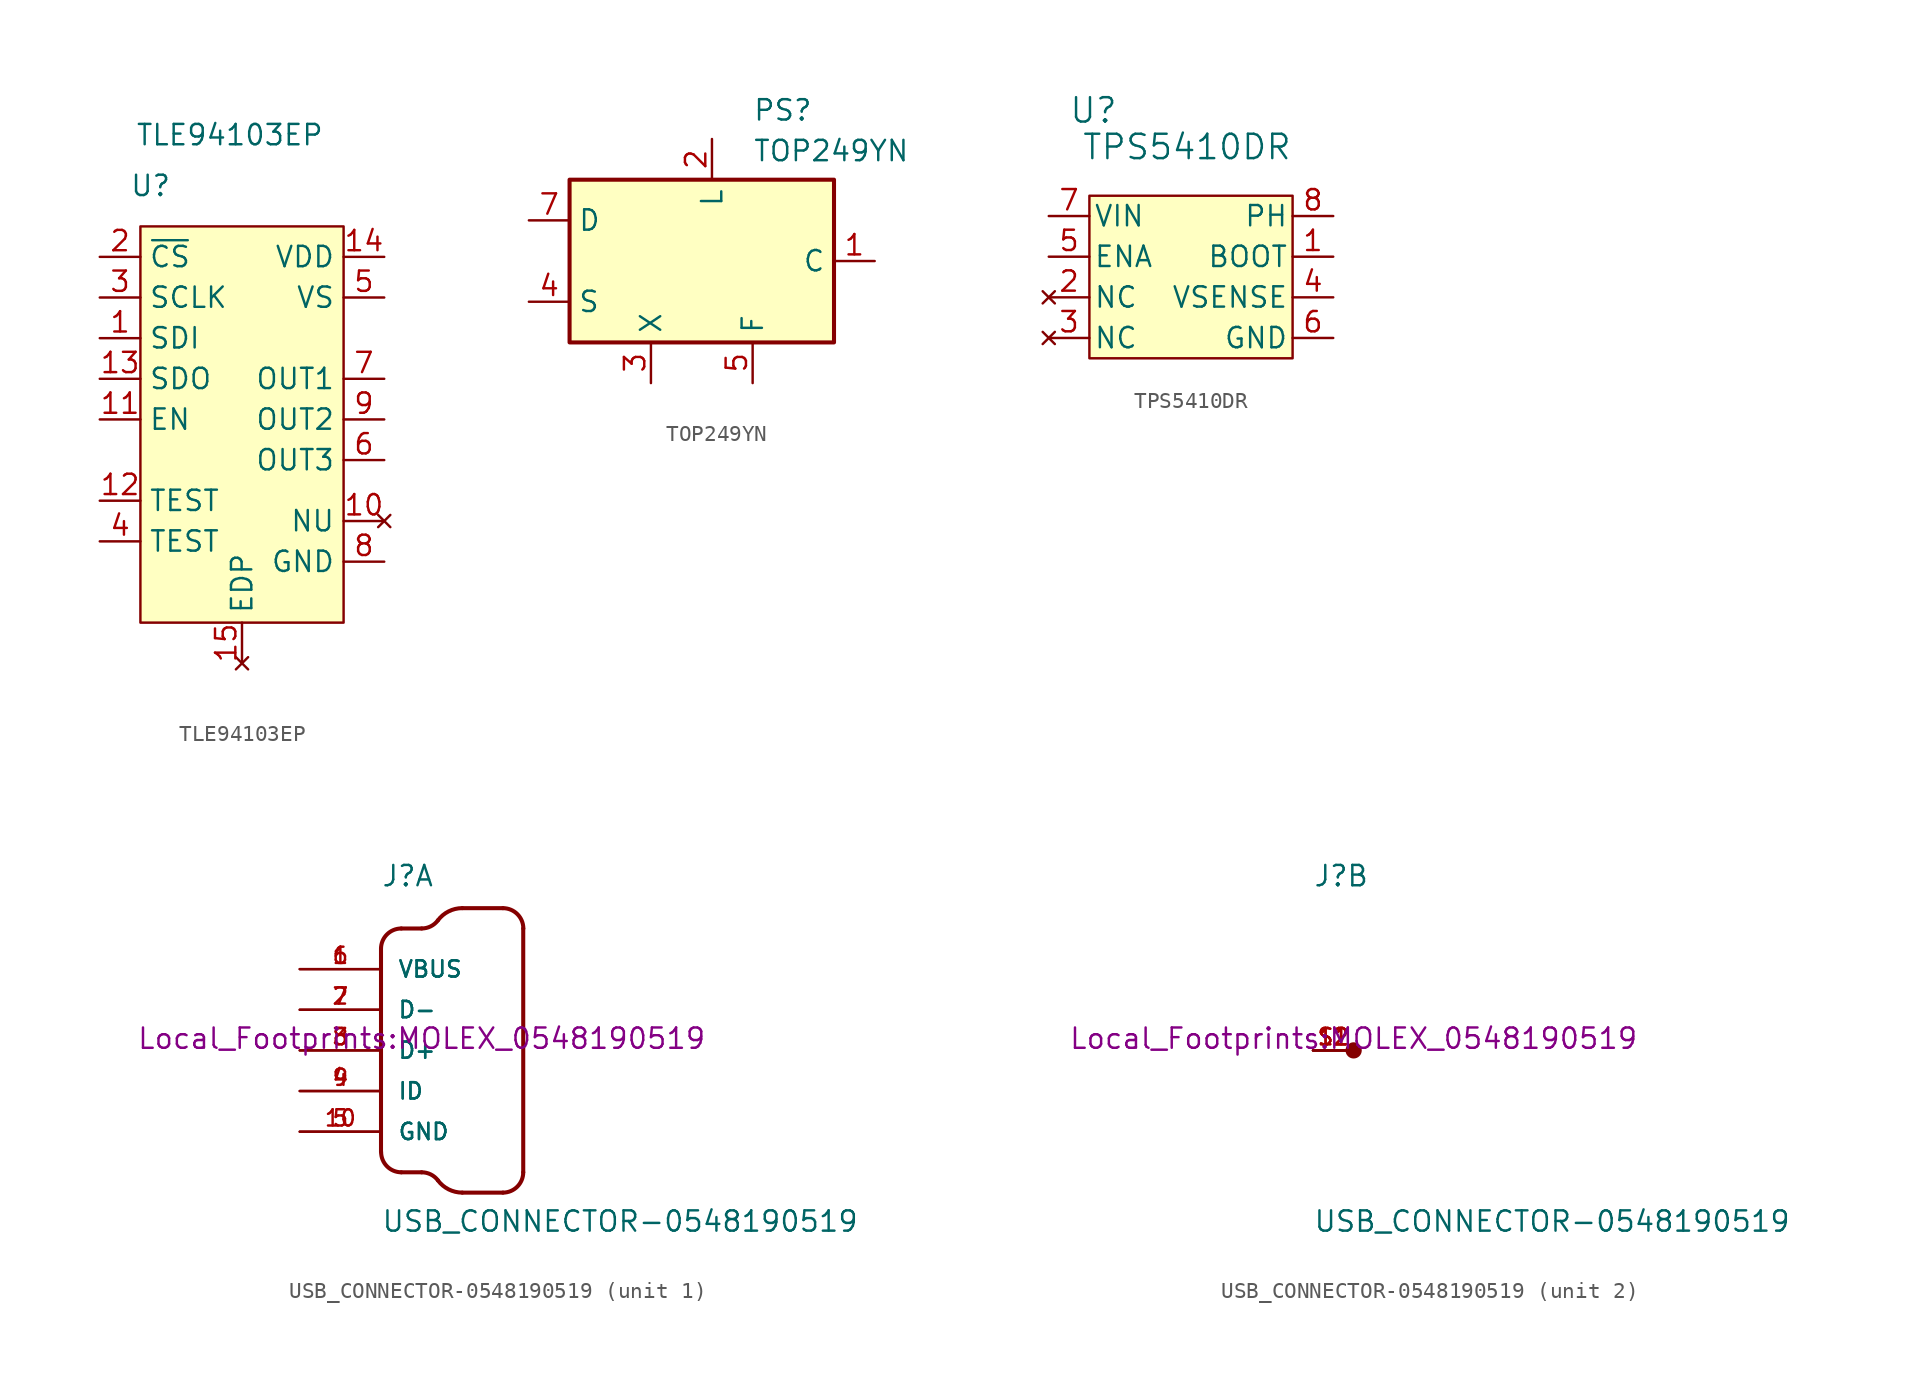
<source format=kicad_sym>
(kicad_symbol_lib
  (version 20241209)
  (generator "kicad_symbol_editor")
  (generator_version "9.0")
  (symbol "TLE94103EP"
    (property "Reference" "U"
      (at -5.715 14.605 0)
      (effects (font (size 1.27 1.27))))
    (property "Value" "TLE94103EP"
      (at -0.762 17.78 0)
      (effects (font (size 1.27 1.27))))
    (symbol "TLE94103EP_1_1"
      (rectangle (start -6.35 12.065) (end 6.35 -12.7) (stroke (width 0) (type default)) (fill (type background)))
      (pin input line (at -8.89 10.16 0) (length 2.54) (name "~{CS}" (effects (font (size 1.27 1.27)))) (number "2" (effects (font (size 1.27 1.27)))))
      (pin input line (at -8.89 7.62 0) (length 2.54) (name "SCLK" (effects (font (size 1.27 1.27)))) (number "3" (effects (font (size 1.27 1.27)))))
      (pin input line (at -8.89 5.08 0) (length 2.54) (name "SDI" (effects (font (size 1.27 1.27)))) (number "1" (effects (font (size 1.27 1.27)))))
      (pin input line (at -8.89 2.54 0) (length 2.54) (name "SDO" (effects (font (size 1.27 1.27)))) (number "13" (effects (font (size 1.27 1.27)))))
      (pin input line (at -8.89 0 0) (length 2.54) (name "EN" (effects (font (size 1.27 1.27)))) (number "11" (effects (font (size 1.27 1.27)))))
      (pin input line (at -8.89 -5.08 0) (length 2.54) (name "TEST" (effects (font (size 1.27 1.27)))) (number "12" (effects (font (size 1.27 1.27)))))
      (pin input line (at -8.89 -7.62 0) (length 2.54) (name "TEST" (effects (font (size 1.27 1.27)))) (number "4" (effects (font (size 1.27 1.27)))))
      (pin no_connect line (at 0 -15.24 90) (length 2.54) (name "EDP" (effects (font (size 1.27 1.27)))) (number "15" (effects (font (size 1.27 1.27)))))
      (pin power_in line (at 8.89 10.16 180) (length 2.54) (name "VDD" (effects (font (size 1.27 1.27)))) (number "14" (effects (font (size 1.27 1.27)))))
      (pin power_in line (at 8.89 7.62 180) (length 2.54) (name "VS" (effects (font (size 1.27 1.27)))) (number "5" (effects (font (size 1.27 1.27)))))
      (pin output line (at 8.89 2.54 180) (length 2.54) (name "OUT1" (effects (font (size 1.27 1.27)))) (number "7" (effects (font (size 1.27 1.27)))))
      (pin output line (at 8.89 0 180) (length 2.54) (name "OUT2" (effects (font (size 1.27 1.27)))) (number "9" (effects (font (size 1.27 1.27)))))
      (pin output line (at 8.89 -2.54 180) (length 2.54) (name "OUT3" (effects (font (size 1.27 1.27)))) (number "6" (effects (font (size 1.27 1.27)))))
      (pin no_connect line (at 8.89 -6.35 180) (length 2.54) (name "NU" (effects (font (size 1.27 1.27)))) (number "10" (effects (font (size 1.27 1.27)))))
      (pin power_in line (at 8.89 -8.89 180) (length 2.54) (name "GND" (effects (font (size 1.27 1.27)))) (number "8" (effects (font (size 1.27 1.27)))))))
  (symbol "TOP249YN"
    (property "Reference" "PS"
      (at 2.54 10.16 0)
      (effects (font (size 1.27 1.27)) (justify left top)))
    (property "Value" "TOP249YN"
      (at 2.54 7.62 0)
      (effects (font (size 1.27 1.27)) (justify left top)))
    (symbol "TOP249YN_1_1"
      (rectangle (start -8.89 5.08) (end 7.62 -5.08) (stroke (width 0.254) (type default)) (fill (type background)))
      (pin passive line (at -11.43 2.54 0) (length 2.54) (name "D" (effects (font (size 1.27 1.27)))) (number "7" (effects (font (size 1.27 1.27)))))
      (pin passive line (at -11.43 -2.54 0) (length 2.54) (name "S" (effects (font (size 1.27 1.27)))) (number "4" (effects (font (size 1.27 1.27)))))
      (pin passive line (at -3.81 -7.62 90) (length 2.54) (name "X" (effects (font (size 1.27 1.27)))) (number "3" (effects (font (size 1.27 1.27)))))
      (pin passive line (at 0 7.62 270) (length 2.54) (name "L" (effects (font (size 1.27 1.27)))) (number "2" (effects (font (size 1.27 1.27)))))
      (pin passive line (at 2.54 -7.62 90) (length 2.54) (name "F" (effects (font (size 1.27 1.27)))) (number "5" (effects (font (size 1.27 1.27)))))
      (pin passive line (at 10.16 0 180) (length 2.54) (name "C" (effects (font (size 1.27 1.27)))) (number "1" (effects (font (size 1.27 1.27)))))))
  (symbol "TPS5410DR"
    (pin_names
      (offset 0.254))
    (property "Reference" "U"
      (at -6.096 10.414 0)
      (effects (font (size 1.524 1.524))))
    (property "Value" "TPS5410DR"
      (at -0.254 8.128 0)
      (effects (font (size 1.524 1.524))))
    (symbol "TPS5410DR_1_1"
      (rectangle (start -6.35 5.08) (end 6.35 -5.08) (stroke (width 0) (type default)) (fill (type background)))
      (pin power_in line (at -8.89 3.81 0) (length 2.54) (name "VIN" (effects (font (size 1.27 1.27)))) (number "7" (effects (font (size 1.27 1.27)))))
      (pin passive line (at -8.89 1.27 0) (length 2.54) (name "ENA" (effects (font (size 1.27 1.27)))) (number "5" (effects (font (size 1.27 1.27)))))
      (pin no_connect line (at -8.89 -1.27 0) (length 2.54) (name "NC" (effects (font (size 1.27 1.27)))) (number "2" (effects (font (size 1.27 1.27)))))
      (pin no_connect line (at -8.89 -3.81 0) (length 2.54) (name "NC" (effects (font (size 1.27 1.27)))) (number "3" (effects (font (size 1.27 1.27)))))
      (pin passive line (at 8.89 3.81 180) (length 2.54) (name "PH" (effects (font (size 1.27 1.27)))) (number "8" (effects (font (size 1.27 1.27)))))
      (pin passive line (at 8.89 1.27 180) (length 2.54) (name "BOOT" (effects (font (size 1.27 1.27)))) (number "1" (effects (font (size 1.27 1.27)))))
      (pin input line (at 8.89 -1.27 180) (length 2.54) (name "VSENSE" (effects (font (size 1.27 1.27)))) (number "4" (effects (font (size 1.27 1.27)))))
      (pin power_in line (at 8.89 -3.81 180) (length 2.54) (name "GND" (effects (font (size 1.27 1.27)))) (number "6" (effects (font (size 1.27 1.27)))))))
  (symbol "USB_CONNECTOR-0548190519"
    (pin_names
      (offset 1.016))
    (property "Reference" "J"
      (at -2.54 10.16 0)
      (effects (font (size 1.27 1.27)) (justify left bottom)))
    (property "Value" "USB_CONNECTOR-0548190519"
      (at -2.54 -11.43 0)
      (effects (font (size 1.27 1.27)) (justify left bottom)))
    (property "Footprint" "Local_Footprints:MOLEX_0548190519"
      (at 0 0 0)
      (effects (font (size 1.27 1.27)) (justify bottom)))
    (symbol "USB_CONNECTOR-0548190519_1_0"
      (polyline (pts (xy -2.54 6.35) (xy -2.54 -6.35)) (stroke (width 0.254) (type default)) (fill (type none)))
      (polyline (pts (xy -1.27 7.62) (xy 0 7.62)) (stroke (width 0.254) (type default)) (fill (type none)))
      (polyline (pts (xy -1.27 -7.62) (xy 0 -7.62)) (stroke (width 0.254) (type default)) (fill (type none)))
      (arc (start -2.54 6.35) (mid -2.168 7.248) (end -1.27 7.62) (stroke (width 0.254) (type default)) (fill (type none)))
      (arc (start -1.27 -7.62) (mid -2.168 -7.248) (end -2.54 -6.35) (stroke (width 0.254) (type default)) (fill (type none)))
      (arc (start 0 -7.62) (mid 0.568 -7.754) (end 1.016 -8.128) (stroke (width 0.254) (type default)) (fill (type none)))
      (arc (start 1.016 8.128) (mid 0.568 7.754) (end 0 7.62) (stroke (width 0.254) (type default)) (fill (type none)))
      (polyline (pts (xy 2.54 8.89) (xy 5.08 8.89)) (stroke (width 0.254) (type default)) (fill (type none)))
      (arc (start 1.016 8.128) (mid 1.6881 8.6889) (end 2.54 8.89) (stroke (width 0.254) (type default)) (fill (type none)))
      (arc (start 2.54 -8.89) (mid 1.6881 -8.6889) (end 1.016 -8.128) (stroke (width 0.254) (type default)) (fill (type none)))
      (polyline (pts (xy 2.54 -8.89) (xy 5.08 -8.89)) (stroke (width 0.254) (type default)) (fill (type none)))
      (arc (start 5.08 8.89) (mid 5.978 8.518) (end 6.35 7.62) (stroke (width 0.254) (type default)) (fill (type none)))
      (arc (start 6.35 -7.62) (mid 5.978 -8.518) (end 5.08 -8.89) (stroke (width 0.254) (type default)) (fill (type none)))
      (polyline (pts (xy 6.35 -7.62) (xy 6.35 7.62)) (stroke (width 0.254) (type default)) (fill (type none)))
      (pin power_in line (at -7.62 5.08 0) (length 5.08) (name "VBUS" (effects (font (size 1.016 1.016)))) (number "1" (effects (font (size 1.016 1.016)))))
      (pin power_in line (at -7.62 5.08 0) (length 5.08) (name "VBUS" (effects (font (size 1.016 1.016)))) (number "6" (effects (font (size 1.016 1.016)))))
      (pin bidirectional line (at -7.62 2.54 0) (length 5.08) (name "D-" (effects (font (size 1.016 1.016)))) (number "2" (effects (font (size 1.016 1.016)))))
      (pin bidirectional line (at -7.62 2.54 0) (length 5.08) (name "D-" (effects (font (size 1.016 1.016)))) (number "7" (effects (font (size 1.016 1.016)))))
      (pin bidirectional line (at -7.62 0 0) (length 5.08) (name "D+" (effects (font (size 1.016 1.016)))) (number "3" (effects (font (size 1.016 1.016)))))
      (pin bidirectional line (at -7.62 0 0) (length 5.08) (name "D+" (effects (font (size 1.016 1.016)))) (number "8" (effects (font (size 1.016 1.016)))))
      (pin bidirectional line (at -7.62 -2.54 0) (length 5.08) (name "ID" (effects (font (size 1.016 1.016)))) (number "4" (effects (font (size 1.016 1.016)))))
      (pin bidirectional line (at -7.62 -2.54 0) (length 5.08) (name "ID" (effects (font (size 1.016 1.016)))) (number "9" (effects (font (size 1.016 1.016)))))
      (pin power_in line (at -7.62 -5.08 0) (length 5.08) (name "GND" (effects (font (size 1.016 1.016)))) (number "10" (effects (font (size 1.016 1.016)))))
      (pin power_in line (at -7.62 -5.08 0) (length 5.08) (name "GND" (effects (font (size 1.016 1.016)))) (number "5" (effects (font (size 1.016 1.016))))))
    (symbol "USB_CONNECTOR-0548190519_2_0"
      (circle (center 0 0) (radius 0.254) (stroke (width 0.508) (type default)) (fill (type none)))
      (pin passive line (at -2.54 0 0) (length 2.54) (name "~" (effects (font (size 1.016 1.016)))) (number "11" (effects (font (size 1.016 1.016)))))
      (pin passive line (at -2.54 0 0) (length 2.54) (name "~" (effects (font (size 1.016 1.016)))) (number "12" (effects (font (size 1.016 1.016)))))
      (pin passive line (at -2.54 0 0) (length 2.54) (name "~" (effects (font (size 1.016 1.016)))) (number "S1" (effects (font (size 1.016 1.016)))))
      (pin passive line (at -2.54 0 0) (length 2.54) (name "~" (effects (font (size 1.016 1.016)))) (number "S2" (effects (font (size 1.016 1.016))))))))
</source>
